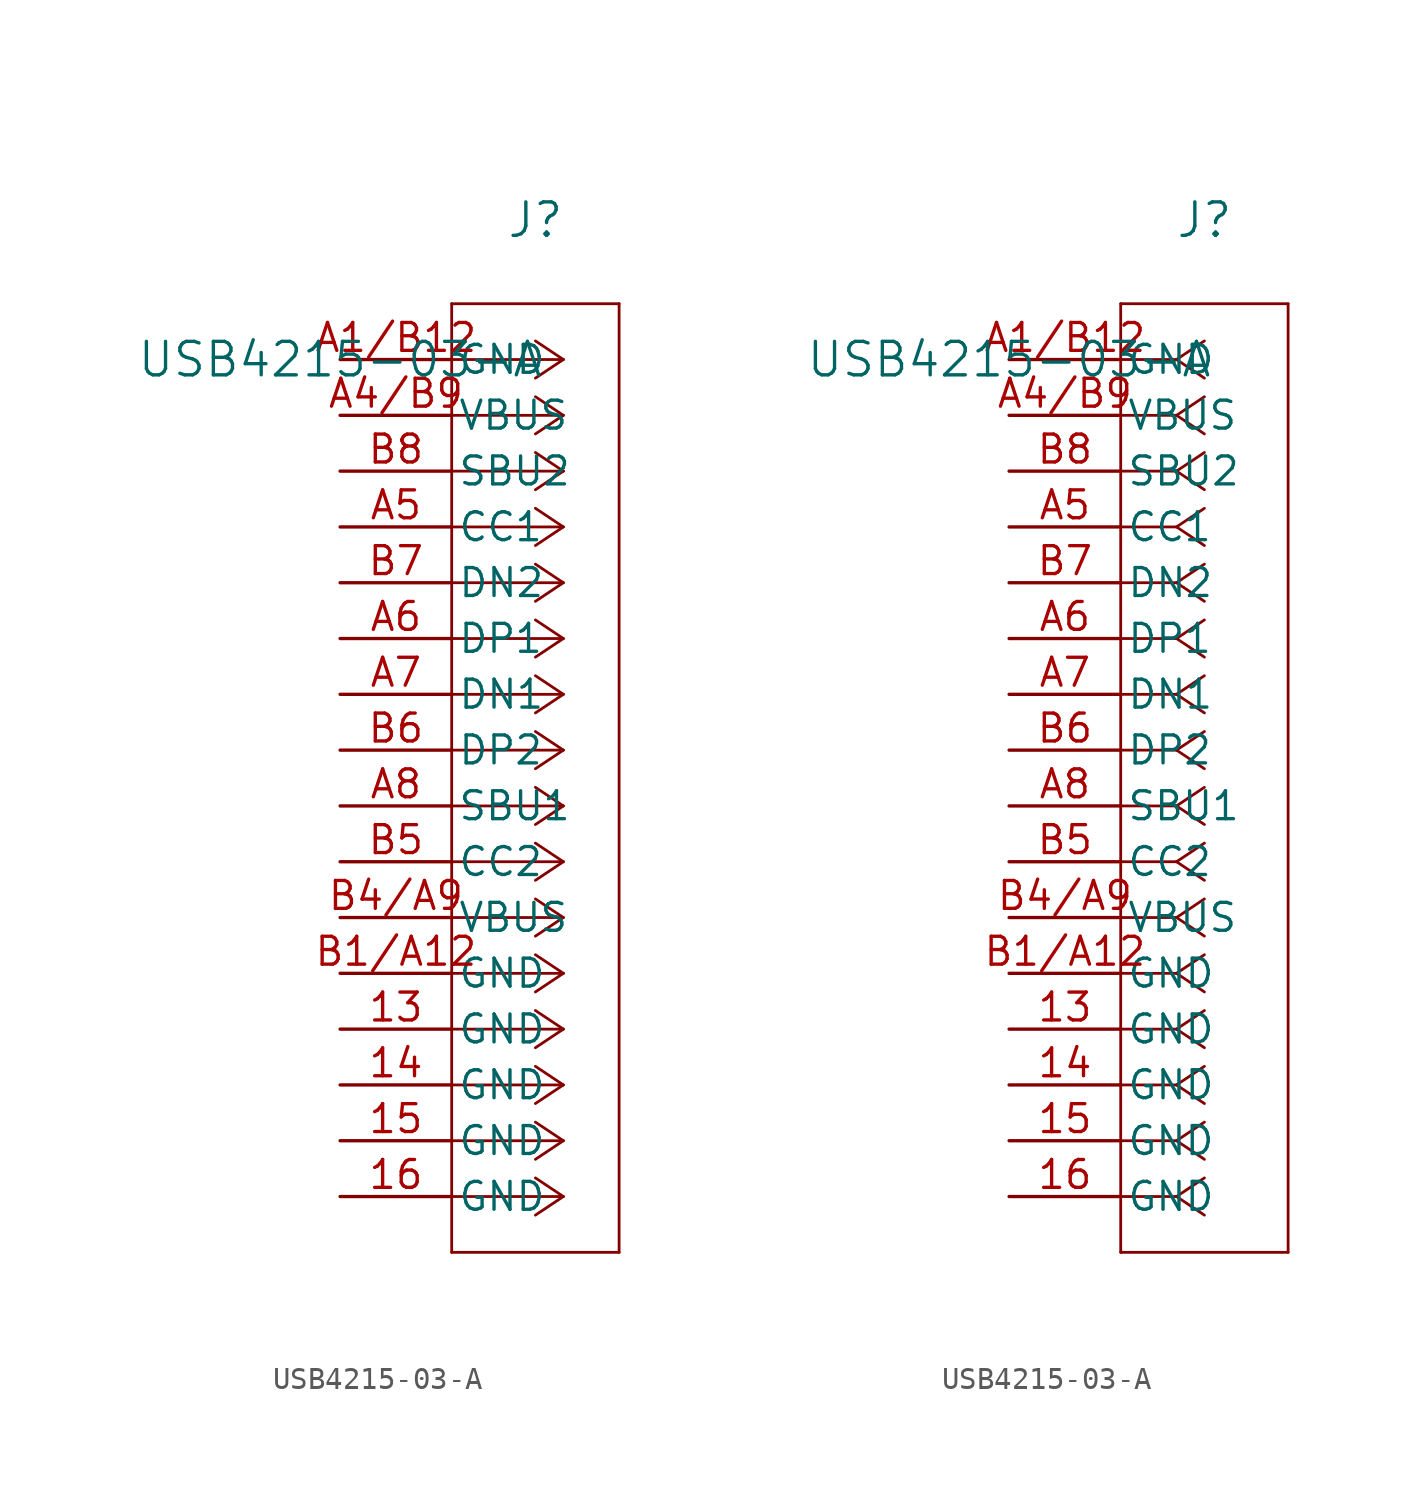
<source format=kicad_sym>
(kicad_symbol_lib
  (version 20211014)
  (generator kicad_symbol_editor)
  (symbol "USB4215-03-A"
    (pin_names
      (offset 0.254))
    (property "Reference" "J"
      (at 8.89 6.35 0)
      (effects (font (size 1.524 1.524))))
    (property "Value" "USB4215-03-A"
      (at 0 0 0)
      (effects (font (size 1.524 1.524))))
    (symbol "USB4215-03-A_1_1"
      (polyline (pts (xy 10.16 0) (xy 5.08 0)) (stroke (width 0.127) (type default) (color 0 0 0 0)) (fill (type none)))
      (polyline (pts (xy 10.16 -2.54) (xy 5.08 -2.54)) (stroke (width 0.127) (type default) (color 0 0 0 0)) (fill (type none)))
      (polyline (pts (xy 10.16 -5.08) (xy 5.08 -5.08)) (stroke (width 0.127) (type default) (color 0 0 0 0)) (fill (type none)))
      (polyline (pts (xy 10.16 -7.62) (xy 5.08 -7.62)) (stroke (width 0.127) (type default) (color 0 0 0 0)) (fill (type none)))
      (polyline (pts (xy 10.16 -10.16) (xy 5.08 -10.16)) (stroke (width 0.127) (type default) (color 0 0 0 0)) (fill (type none)))
      (polyline (pts (xy 10.16 -12.7) (xy 5.08 -12.7)) (stroke (width 0.127) (type default) (color 0 0 0 0)) (fill (type none)))
      (polyline (pts (xy 10.16 -15.24) (xy 5.08 -15.24)) (stroke (width 0.127) (type default) (color 0 0 0 0)) (fill (type none)))
      (polyline (pts (xy 10.16 -17.78) (xy 5.08 -17.78)) (stroke (width 0.127) (type default) (color 0 0 0 0)) (fill (type none)))
      (polyline (pts (xy 10.16 -20.32) (xy 5.08 -20.32)) (stroke (width 0.127) (type default) (color 0 0 0 0)) (fill (type none)))
      (polyline (pts (xy 10.16 -22.86) (xy 5.08 -22.86)) (stroke (width 0.127) (type default) (color 0 0 0 0)) (fill (type none)))
      (polyline (pts (xy 10.16 -25.4) (xy 5.08 -25.4)) (stroke (width 0.127) (type default) (color 0 0 0 0)) (fill (type none)))
      (polyline (pts (xy 10.16 -27.94) (xy 5.08 -27.94)) (stroke (width 0.127) (type default) (color 0 0 0 0)) (fill (type none)))
      (polyline (pts (xy 10.16 -30.48) (xy 5.08 -30.48)) (stroke (width 0.127) (type default) (color 0 0 0 0)) (fill (type none)))
      (polyline (pts (xy 10.16 -33.02) (xy 5.08 -33.02)) (stroke (width 0.127) (type default) (color 0 0 0 0)) (fill (type none)))
      (polyline (pts (xy 10.16 -35.56) (xy 5.08 -35.56)) (stroke (width 0.127) (type default) (color 0 0 0 0)) (fill (type none)))
      (polyline (pts (xy 10.16 -38.1) (xy 5.08 -38.1)) (stroke (width 0.127) (type default) (color 0 0 0 0)) (fill (type none)))
      (polyline (pts (xy 10.16 0) (xy 8.89 0.847)) (stroke (width 0.127) (type default) (color 0 0 0 0)) (fill (type none)))
      (polyline (pts (xy 10.16 -2.54) (xy 8.89 -1.693)) (stroke (width 0.127) (type default) (color 0 0 0 0)) (fill (type none)))
      (polyline (pts (xy 10.16 -5.08) (xy 8.89 -4.233)) (stroke (width 0.127) (type default) (color 0 0 0 0)) (fill (type none)))
      (polyline (pts (xy 10.16 -7.62) (xy 8.89 -6.773)) (stroke (width 0.127) (type default) (color 0 0 0 0)) (fill (type none)))
      (polyline (pts (xy 10.16 -10.16) (xy 8.89 -9.313)) (stroke (width 0.127) (type default) (color 0 0 0 0)) (fill (type none)))
      (polyline (pts (xy 10.16 -12.7) (xy 8.89 -11.853)) (stroke (width 0.127) (type default) (color 0 0 0 0)) (fill (type none)))
      (polyline (pts (xy 10.16 -15.24) (xy 8.89 -14.393)) (stroke (width 0.127) (type default) (color 0 0 0 0)) (fill (type none)))
      (polyline (pts (xy 10.16 -17.78) (xy 8.89 -16.933)) (stroke (width 0.127) (type default) (color 0 0 0 0)) (fill (type none)))
      (polyline (pts (xy 10.16 -20.32) (xy 8.89 -19.473)) (stroke (width 0.127) (type default) (color 0 0 0 0)) (fill (type none)))
      (polyline (pts (xy 10.16 -22.86) (xy 8.89 -22.013)) (stroke (width 0.127) (type default) (color 0 0 0 0)) (fill (type none)))
      (polyline (pts (xy 10.16 -25.4) (xy 8.89 -24.553)) (stroke (width 0.127) (type default) (color 0 0 0 0)) (fill (type none)))
      (polyline (pts (xy 10.16 -27.94) (xy 8.89 -27.093)) (stroke (width 0.127) (type default) (color 0 0 0 0)) (fill (type none)))
      (polyline (pts (xy 10.16 -30.48) (xy 8.89 -29.633)) (stroke (width 0.127) (type default) (color 0 0 0 0)) (fill (type none)))
      (polyline (pts (xy 10.16 -33.02) (xy 8.89 -32.173)) (stroke (width 0.127) (type default) (color 0 0 0 0)) (fill (type none)))
      (polyline (pts (xy 10.16 -35.56) (xy 8.89 -34.713)) (stroke (width 0.127) (type default) (color 0 0 0 0)) (fill (type none)))
      (polyline (pts (xy 10.16 -38.1) (xy 8.89 -37.253)) (stroke (width 0.127) (type default) (color 0 0 0 0)) (fill (type none)))
      (polyline (pts (xy 10.16 0) (xy 8.89 -0.847)) (stroke (width 0.127) (type default) (color 0 0 0 0)) (fill (type none)))
      (polyline (pts (xy 10.16 -2.54) (xy 8.89 -3.387)) (stroke (width 0.127) (type default) (color 0 0 0 0)) (fill (type none)))
      (polyline (pts (xy 10.16 -5.08) (xy 8.89 -5.927)) (stroke (width 0.127) (type default) (color 0 0 0 0)) (fill (type none)))
      (polyline (pts (xy 10.16 -7.62) (xy 8.89 -8.467)) (stroke (width 0.127) (type default) (color 0 0 0 0)) (fill (type none)))
      (polyline (pts (xy 10.16 -10.16) (xy 8.89 -11.007)) (stroke (width 0.127) (type default) (color 0 0 0 0)) (fill (type none)))
      (polyline (pts (xy 10.16 -12.7) (xy 8.89 -13.547)) (stroke (width 0.127) (type default) (color 0 0 0 0)) (fill (type none)))
      (polyline (pts (xy 10.16 -15.24) (xy 8.89 -16.087)) (stroke (width 0.127) (type default) (color 0 0 0 0)) (fill (type none)))
      (polyline (pts (xy 10.16 -17.78) (xy 8.89 -18.627)) (stroke (width 0.127) (type default) (color 0 0 0 0)) (fill (type none)))
      (polyline (pts (xy 10.16 -20.32) (xy 8.89 -21.167)) (stroke (width 0.127) (type default) (color 0 0 0 0)) (fill (type none)))
      (polyline (pts (xy 10.16 -22.86) (xy 8.89 -23.707)) (stroke (width 0.127) (type default) (color 0 0 0 0)) (fill (type none)))
      (polyline (pts (xy 10.16 -25.4) (xy 8.89 -26.247)) (stroke (width 0.127) (type default) (color 0 0 0 0)) (fill (type none)))
      (polyline (pts (xy 10.16 -27.94) (xy 8.89 -28.787)) (stroke (width 0.127) (type default) (color 0 0 0 0)) (fill (type none)))
      (polyline (pts (xy 10.16 -30.48) (xy 8.89 -31.327)) (stroke (width 0.127) (type default) (color 0 0 0 0)) (fill (type none)))
      (polyline (pts (xy 10.16 -33.02) (xy 8.89 -33.867)) (stroke (width 0.127) (type default) (color 0 0 0 0)) (fill (type none)))
      (polyline (pts (xy 10.16 -35.56) (xy 8.89 -36.407)) (stroke (width 0.127) (type default) (color 0 0 0 0)) (fill (type none)))
      (polyline (pts (xy 10.16 -38.1) (xy 8.89 -38.947)) (stroke (width 0.127) (type default) (color 0 0 0 0)) (fill (type none)))
      (polyline (pts (xy 5.08 2.54) (xy 5.08 -40.64)) (stroke (width 0.127) (type default) (color 0 0 0 0)) (fill (type none)))
      (polyline (pts (xy 5.08 -40.64) (xy 12.7 -40.64)) (stroke (width 0.127) (type default) (color 0 0 0 0)) (fill (type none)))
      (polyline (pts (xy 12.7 -40.64) (xy 12.7 2.54)) (stroke (width 0.127) (type default) (color 0 0 0 0)) (fill (type none)))
      (polyline (pts (xy 12.7 2.54) (xy 5.08 2.54)) (stroke (width 0.127) (type default) (color 0 0 0 0)) (fill (type none)))
      (pin power_out line (at 0 0 0) (length 5.08) (name "GND" (effects (font (size 1.27 1.27)))) (number "A1/B12" (effects (font (size 1.27 1.27)))))
      (pin unspecified line (at 0 -2.54 0) (length 5.08) (name "VBUS" (effects (font (size 1.27 1.27)))) (number "A4/B9" (effects (font (size 1.27 1.27)))))
      (pin bidirectional line (at 0 -5.08 0) (length 5.08) (name "SBU2" (effects (font (size 1.27 1.27)))) (number "B8" (effects (font (size 1.27 1.27)))))
      (pin bidirectional line (at 0 -7.62 0) (length 5.08) (name "CC1" (effects (font (size 1.27 1.27)))) (number "A5" (effects (font (size 1.27 1.27)))))
      (pin bidirectional line (at 0 -10.16 0) (length 5.08) (name "DN2" (effects (font (size 1.27 1.27)))) (number "B7" (effects (font (size 1.27 1.27)))))
      (pin bidirectional line (at 0 -12.7 0) (length 5.08) (name "DP1" (effects (font (size 1.27 1.27)))) (number "A6" (effects (font (size 1.27 1.27)))))
      (pin bidirectional line (at 0 -15.24 0) (length 5.08) (name "DN1" (effects (font (size 1.27 1.27)))) (number "A7" (effects (font (size 1.27 1.27)))))
      (pin bidirectional line (at 0 -17.78 0) (length 5.08) (name "DP2" (effects (font (size 1.27 1.27)))) (number "B6" (effects (font (size 1.27 1.27)))))
      (pin bidirectional line (at 0 -20.32 0) (length 5.08) (name "SBU1" (effects (font (size 1.27 1.27)))) (number "A8" (effects (font (size 1.27 1.27)))))
      (pin bidirectional line (at 0 -22.86 0) (length 5.08) (name "CC2" (effects (font (size 1.27 1.27)))) (number "B5" (effects (font (size 1.27 1.27)))))
      (pin unspecified line (at 0 -25.4 0) (length 5.08) (name "VBUS" (effects (font (size 1.27 1.27)))) (number "B4/A9" (effects (font (size 1.27 1.27)))))
      (pin power_out line (at 0 -27.94 0) (length 5.08) (name "GND" (effects (font (size 1.27 1.27)))) (number "B1/A12" (effects (font (size 1.27 1.27)))))
      (pin power_out line (at 0 -30.48 0) (length 5.08) (name "GND" (effects (font (size 1.27 1.27)))) (number "13" (effects (font (size 1.27 1.27)))))
      (pin power_out line (at 0 -33.02 0) (length 5.08) (name "GND" (effects (font (size 1.27 1.27)))) (number "14" (effects (font (size 1.27 1.27)))))
      (pin power_out line (at 0 -35.56 0) (length 5.08) (name "GND" (effects (font (size 1.27 1.27)))) (number "15" (effects (font (size 1.27 1.27)))))
      (pin power_out line (at 0 -38.1 0) (length 5.08) (name "GND" (effects (font (size 1.27 1.27)))) (number "16" (effects (font (size 1.27 1.27))))))
    (symbol "USB4215-03-A_1_2"
      (polyline (pts (xy 7.62 0) (xy 5.08 0)) (stroke (width 0.127) (type default) (color 0 0 0 0)) (fill (type none)))
      (polyline (pts (xy 7.62 -2.54) (xy 5.08 -2.54)) (stroke (width 0.127) (type default) (color 0 0 0 0)) (fill (type none)))
      (polyline (pts (xy 7.62 -5.08) (xy 5.08 -5.08)) (stroke (width 0.127) (type default) (color 0 0 0 0)) (fill (type none)))
      (polyline (pts (xy 7.62 -7.62) (xy 5.08 -7.62)) (stroke (width 0.127) (type default) (color 0 0 0 0)) (fill (type none)))
      (polyline (pts (xy 7.62 -10.16) (xy 5.08 -10.16)) (stroke (width 0.127) (type default) (color 0 0 0 0)) (fill (type none)))
      (polyline (pts (xy 7.62 -12.7) (xy 5.08 -12.7)) (stroke (width 0.127) (type default) (color 0 0 0 0)) (fill (type none)))
      (polyline (pts (xy 7.62 -15.24) (xy 5.08 -15.24)) (stroke (width 0.127) (type default) (color 0 0 0 0)) (fill (type none)))
      (polyline (pts (xy 7.62 -17.78) (xy 5.08 -17.78)) (stroke (width 0.127) (type default) (color 0 0 0 0)) (fill (type none)))
      (polyline (pts (xy 7.62 -20.32) (xy 5.08 -20.32)) (stroke (width 0.127) (type default) (color 0 0 0 0)) (fill (type none)))
      (polyline (pts (xy 7.62 -22.86) (xy 5.08 -22.86)) (stroke (width 0.127) (type default) (color 0 0 0 0)) (fill (type none)))
      (polyline (pts (xy 7.62 -25.4) (xy 5.08 -25.4)) (stroke (width 0.127) (type default) (color 0 0 0 0)) (fill (type none)))
      (polyline (pts (xy 7.62 -27.94) (xy 5.08 -27.94)) (stroke (width 0.127) (type default) (color 0 0 0 0)) (fill (type none)))
      (polyline (pts (xy 7.62 -30.48) (xy 5.08 -30.48)) (stroke (width 0.127) (type default) (color 0 0 0 0)) (fill (type none)))
      (polyline (pts (xy 7.62 -33.02) (xy 5.08 -33.02)) (stroke (width 0.127) (type default) (color 0 0 0 0)) (fill (type none)))
      (polyline (pts (xy 7.62 -35.56) (xy 5.08 -35.56)) (stroke (width 0.127) (type default) (color 0 0 0 0)) (fill (type none)))
      (polyline (pts (xy 7.62 -38.1) (xy 5.08 -38.1)) (stroke (width 0.127) (type default) (color 0 0 0 0)) (fill (type none)))
      (polyline (pts (xy 7.62 0) (xy 8.89 0.847)) (stroke (width 0.127) (type default) (color 0 0 0 0)) (fill (type none)))
      (polyline (pts (xy 7.62 -2.54) (xy 8.89 -1.693)) (stroke (width 0.127) (type default) (color 0 0 0 0)) (fill (type none)))
      (polyline (pts (xy 7.62 -5.08) (xy 8.89 -4.233)) (stroke (width 0.127) (type default) (color 0 0 0 0)) (fill (type none)))
      (polyline (pts (xy 7.62 -7.62) (xy 8.89 -6.773)) (stroke (width 0.127) (type default) (color 0 0 0 0)) (fill (type none)))
      (polyline (pts (xy 7.62 -10.16) (xy 8.89 -9.313)) (stroke (width 0.127) (type default) (color 0 0 0 0)) (fill (type none)))
      (polyline (pts (xy 7.62 -12.7) (xy 8.89 -11.853)) (stroke (width 0.127) (type default) (color 0 0 0 0)) (fill (type none)))
      (polyline (pts (xy 7.62 -15.24) (xy 8.89 -14.393)) (stroke (width 0.127) (type default) (color 0 0 0 0)) (fill (type none)))
      (polyline (pts (xy 7.62 -17.78) (xy 8.89 -16.933)) (stroke (width 0.127) (type default) (color 0 0 0 0)) (fill (type none)))
      (polyline (pts (xy 7.62 -20.32) (xy 8.89 -19.473)) (stroke (width 0.127) (type default) (color 0 0 0 0)) (fill (type none)))
      (polyline (pts (xy 7.62 -22.86) (xy 8.89 -22.013)) (stroke (width 0.127) (type default) (color 0 0 0 0)) (fill (type none)))
      (polyline (pts (xy 7.62 -25.4) (xy 8.89 -24.553)) (stroke (width 0.127) (type default) (color 0 0 0 0)) (fill (type none)))
      (polyline (pts (xy 7.62 -27.94) (xy 8.89 -27.093)) (stroke (width 0.127) (type default) (color 0 0 0 0)) (fill (type none)))
      (polyline (pts (xy 7.62 -30.48) (xy 8.89 -29.633)) (stroke (width 0.127) (type default) (color 0 0 0 0)) (fill (type none)))
      (polyline (pts (xy 7.62 -33.02) (xy 8.89 -32.173)) (stroke (width 0.127) (type default) (color 0 0 0 0)) (fill (type none)))
      (polyline (pts (xy 7.62 -35.56) (xy 8.89 -34.713)) (stroke (width 0.127) (type default) (color 0 0 0 0)) (fill (type none)))
      (polyline (pts (xy 7.62 -38.1) (xy 8.89 -37.253)) (stroke (width 0.127) (type default) (color 0 0 0 0)) (fill (type none)))
      (polyline (pts (xy 7.62 0) (xy 8.89 -0.847)) (stroke (width 0.127) (type default) (color 0 0 0 0)) (fill (type none)))
      (polyline (pts (xy 7.62 -2.54) (xy 8.89 -3.387)) (stroke (width 0.127) (type default) (color 0 0 0 0)) (fill (type none)))
      (polyline (pts (xy 7.62 -5.08) (xy 8.89 -5.927)) (stroke (width 0.127) (type default) (color 0 0 0 0)) (fill (type none)))
      (polyline (pts (xy 7.62 -7.62) (xy 8.89 -8.467)) (stroke (width 0.127) (type default) (color 0 0 0 0)) (fill (type none)))
      (polyline (pts (xy 7.62 -10.16) (xy 8.89 -11.007)) (stroke (width 0.127) (type default) (color 0 0 0 0)) (fill (type none)))
      (polyline (pts (xy 7.62 -12.7) (xy 8.89 -13.547)) (stroke (width 0.127) (type default) (color 0 0 0 0)) (fill (type none)))
      (polyline (pts (xy 7.62 -15.24) (xy 8.89 -16.087)) (stroke (width 0.127) (type default) (color 0 0 0 0)) (fill (type none)))
      (polyline (pts (xy 7.62 -17.78) (xy 8.89 -18.627)) (stroke (width 0.127) (type default) (color 0 0 0 0)) (fill (type none)))
      (polyline (pts (xy 7.62 -20.32) (xy 8.89 -21.167)) (stroke (width 0.127) (type default) (color 0 0 0 0)) (fill (type none)))
      (polyline (pts (xy 7.62 -22.86) (xy 8.89 -23.707)) (stroke (width 0.127) (type default) (color 0 0 0 0)) (fill (type none)))
      (polyline (pts (xy 7.62 -25.4) (xy 8.89 -26.247)) (stroke (width 0.127) (type default) (color 0 0 0 0)) (fill (type none)))
      (polyline (pts (xy 7.62 -27.94) (xy 8.89 -28.787)) (stroke (width 0.127) (type default) (color 0 0 0 0)) (fill (type none)))
      (polyline (pts (xy 7.62 -30.48) (xy 8.89 -31.327)) (stroke (width 0.127) (type default) (color 0 0 0 0)) (fill (type none)))
      (polyline (pts (xy 7.62 -33.02) (xy 8.89 -33.867)) (stroke (width 0.127) (type default) (color 0 0 0 0)) (fill (type none)))
      (polyline (pts (xy 7.62 -35.56) (xy 8.89 -36.407)) (stroke (width 0.127) (type default) (color 0 0 0 0)) (fill (type none)))
      (polyline (pts (xy 7.62 -38.1) (xy 8.89 -38.947)) (stroke (width 0.127) (type default) (color 0 0 0 0)) (fill (type none)))
      (polyline (pts (xy 5.08 2.54) (xy 5.08 -40.64)) (stroke (width 0.127) (type default) (color 0 0 0 0)) (fill (type none)))
      (polyline (pts (xy 5.08 -40.64) (xy 12.7 -40.64)) (stroke (width 0.127) (type default) (color 0 0 0 0)) (fill (type none)))
      (polyline (pts (xy 12.7 -40.64) (xy 12.7 2.54)) (stroke (width 0.127) (type default) (color 0 0 0 0)) (fill (type none)))
      (polyline (pts (xy 12.7 2.54) (xy 5.08 2.54)) (stroke (width 0.127) (type default) (color 0 0 0 0)) (fill (type none)))
      (pin power_out line (at 0 0 0) (length 5.08) (name "GND" (effects (font (size 1.27 1.27)))) (number "A1/B12" (effects (font (size 1.27 1.27)))))
      (pin unspecified line (at 0 -2.54 0) (length 5.08) (name "VBUS" (effects (font (size 1.27 1.27)))) (number "A4/B9" (effects (font (size 1.27 1.27)))))
      (pin bidirectional line (at 0 -5.08 0) (length 5.08) (name "SBU2" (effects (font (size 1.27 1.27)))) (number "B8" (effects (font (size 1.27 1.27)))))
      (pin bidirectional line (at 0 -7.62 0) (length 5.08) (name "CC1" (effects (font (size 1.27 1.27)))) (number "A5" (effects (font (size 1.27 1.27)))))
      (pin bidirectional line (at 0 -10.16 0) (length 5.08) (name "DN2" (effects (font (size 1.27 1.27)))) (number "B7" (effects (font (size 1.27 1.27)))))
      (pin bidirectional line (at 0 -12.7 0) (length 5.08) (name "DP1" (effects (font (size 1.27 1.27)))) (number "A6" (effects (font (size 1.27 1.27)))))
      (pin bidirectional line (at 0 -15.24 0) (length 5.08) (name "DN1" (effects (font (size 1.27 1.27)))) (number "A7" (effects (font (size 1.27 1.27)))))
      (pin bidirectional line (at 0 -17.78 0) (length 5.08) (name "DP2" (effects (font (size 1.27 1.27)))) (number "B6" (effects (font (size 1.27 1.27)))))
      (pin bidirectional line (at 0 -20.32 0) (length 5.08) (name "SBU1" (effects (font (size 1.27 1.27)))) (number "A8" (effects (font (size 1.27 1.27)))))
      (pin bidirectional line (at 0 -22.86 0) (length 5.08) (name "CC2" (effects (font (size 1.27 1.27)))) (number "B5" (effects (font (size 1.27 1.27)))))
      (pin unspecified line (at 0 -25.4 0) (length 5.08) (name "VBUS" (effects (font (size 1.27 1.27)))) (number "B4/A9" (effects (font (size 1.27 1.27)))))
      (pin power_out line (at 0 -27.94 0) (length 5.08) (name "GND" (effects (font (size 1.27 1.27)))) (number "B1/A12" (effects (font (size 1.27 1.27)))))
      (pin power_out line (at 0 -30.48 0) (length 5.08) (name "GND" (effects (font (size 1.27 1.27)))) (number "13" (effects (font (size 1.27 1.27)))))
      (pin power_out line (at 0 -33.02 0) (length 5.08) (name "GND" (effects (font (size 1.27 1.27)))) (number "14" (effects (font (size 1.27 1.27)))))
      (pin power_out line (at 0 -35.56 0) (length 5.08) (name "GND" (effects (font (size 1.27 1.27)))) (number "15" (effects (font (size 1.27 1.27)))))
      (pin power_out line (at 0 -38.1 0) (length 5.08) (name "GND" (effects (font (size 1.27 1.27)))) (number "16" (effects (font (size 1.27 1.27))))))))
</source>
